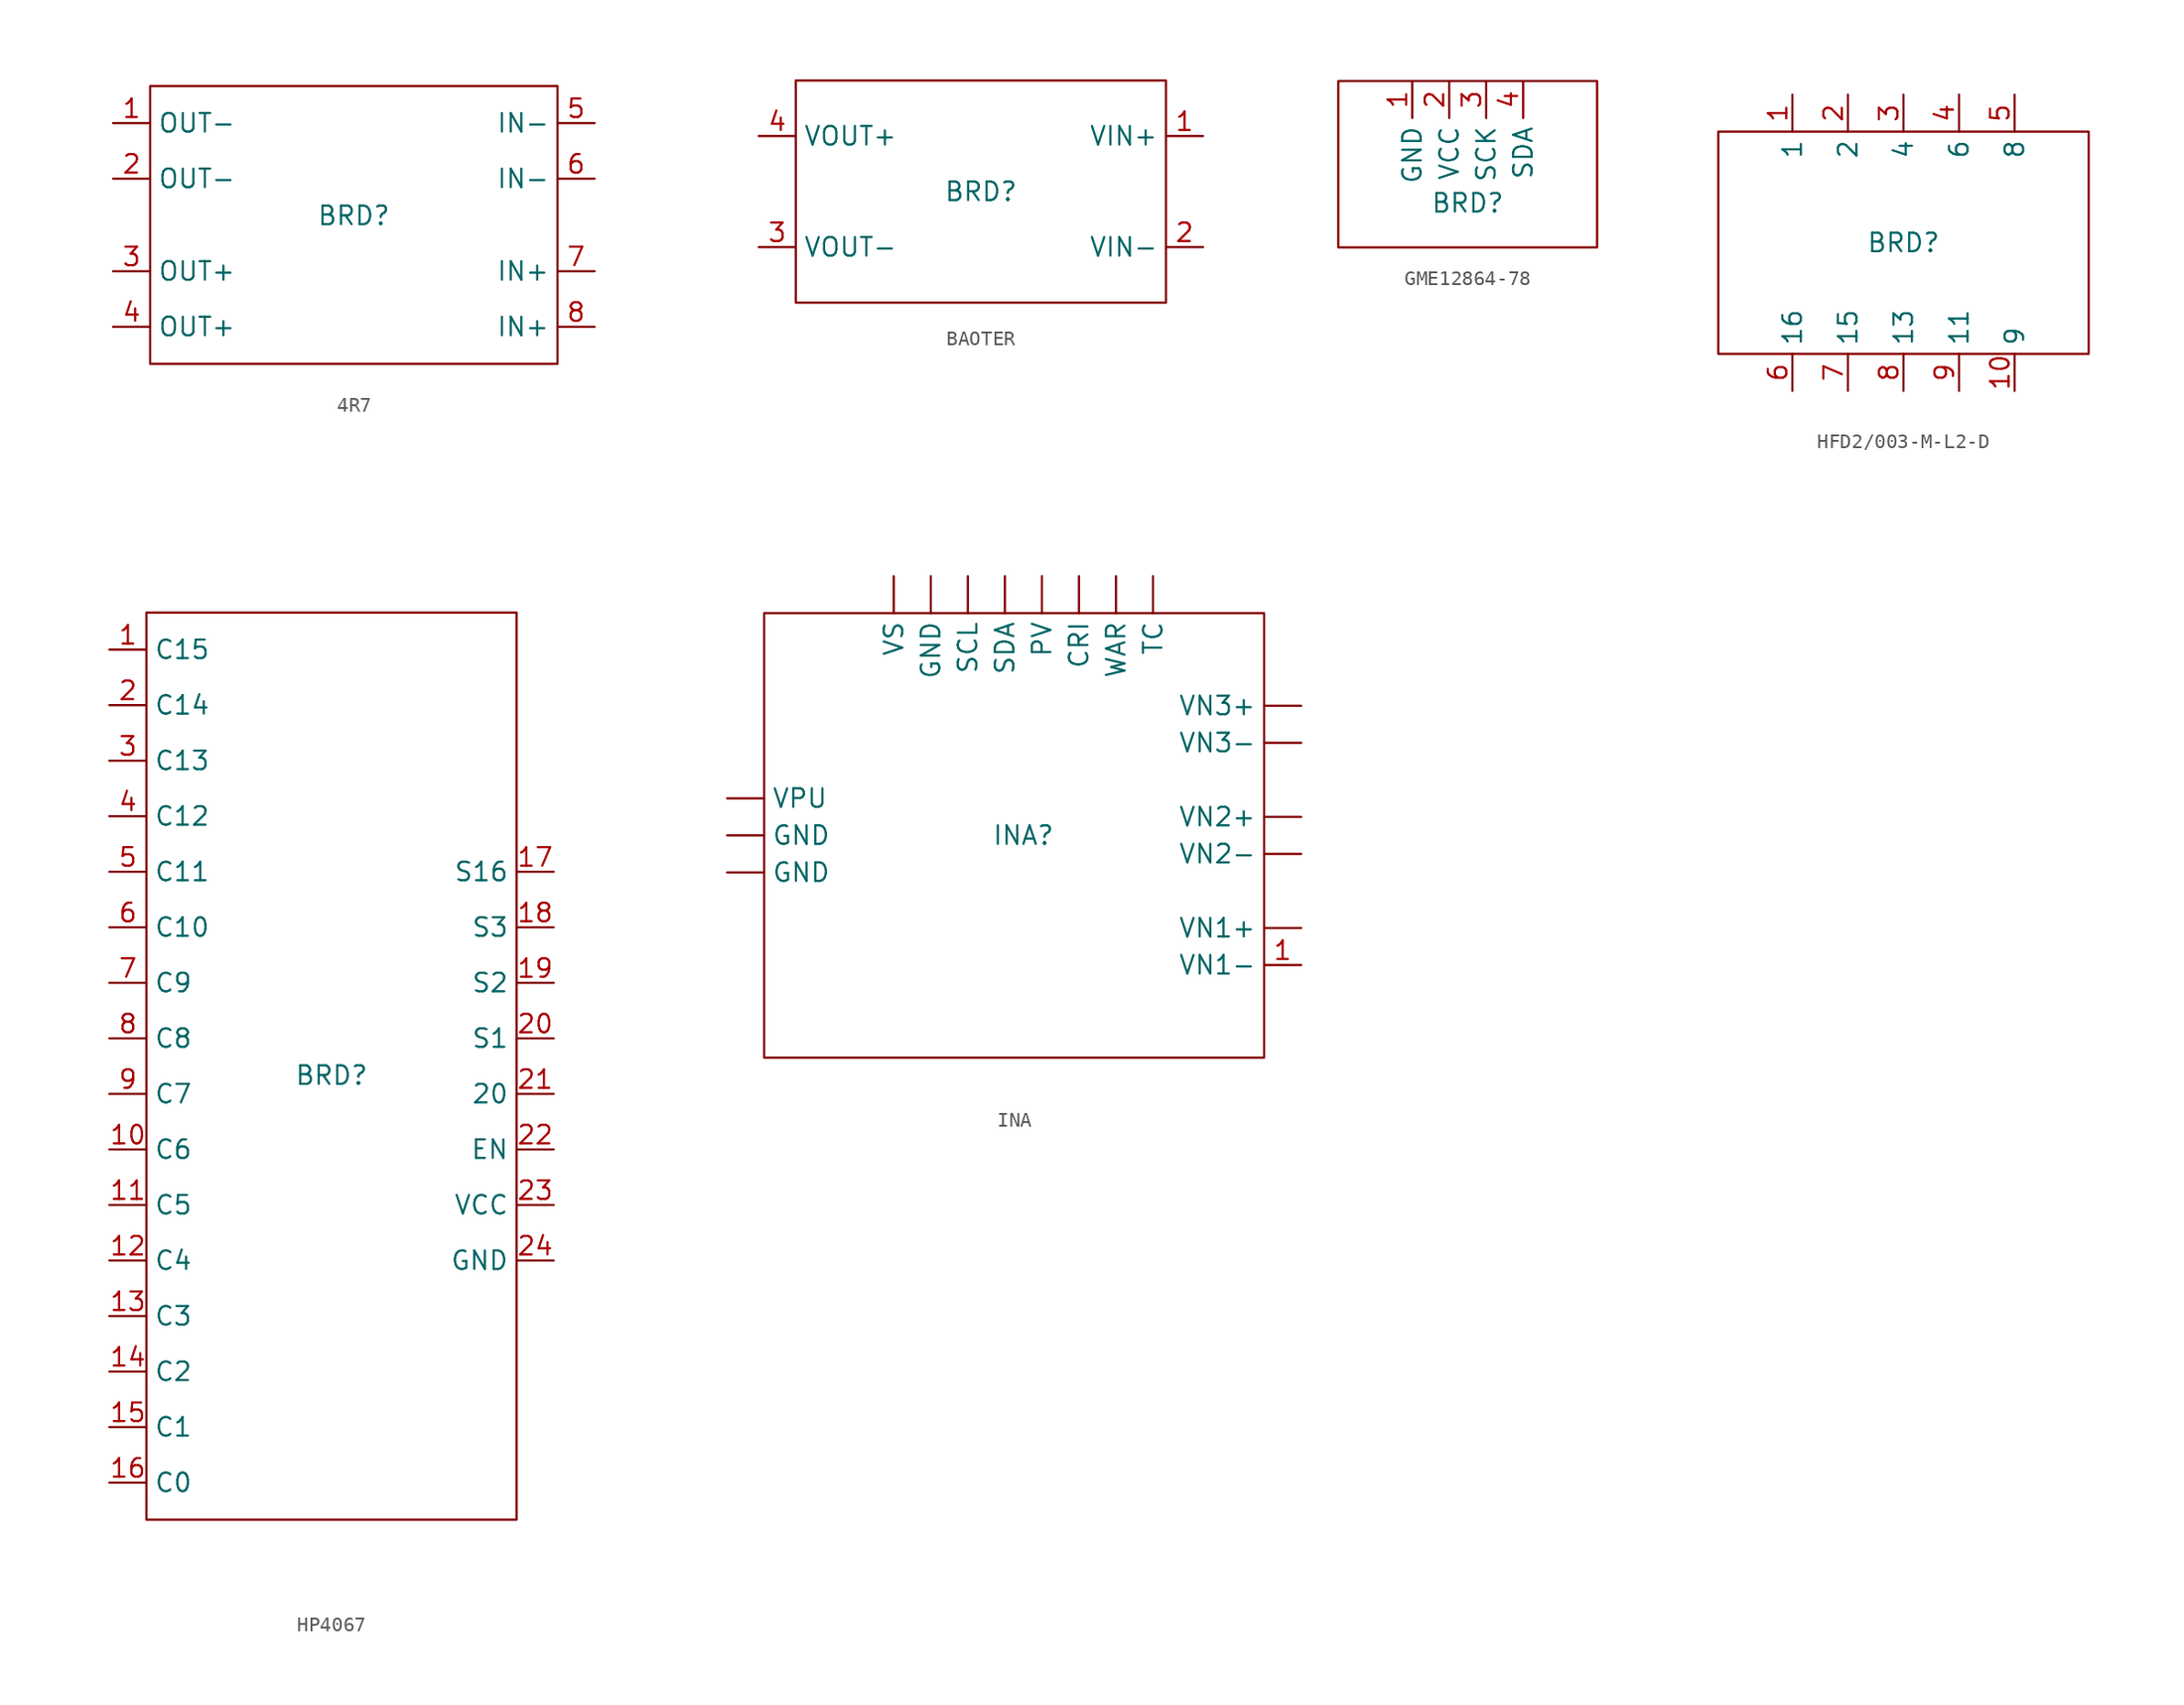
<source format=kicad_sym>
(kicad_symbol_lib
  (version 20241209)
  (generator "kicad_symbol_editor")
  (generator_version "9.0")
  (symbol "4R7"
    (property "Reference" "BRD"
      (at 0 0 0)
      (effects (font (size 1.27 1.27))))
    (property "Value" ""
      (at 0 0 0)
      (effects (font (size 1.27 1.27))))
    (symbol "4R7_0_1"
      (rectangle (start -13.97 8.89) (end 13.97 -10.16) (stroke (width 0) (type default)) (fill (type none))))
    (symbol "4R7_1_1"
      (pin output line (at -16.51 6.35 0) (length 2.54) (name "OUT-" (effects (font (size 1.27 1.27)))) (number "1" (effects (font (size 1.27 1.27)))))
      (pin output line (at -16.51 2.54 0) (length 2.54) (name "OUT-" (effects (font (size 1.27 1.27)))) (number "2" (effects (font (size 1.27 1.27)))))
      (pin output line (at -16.51 -3.81 0) (length 2.54) (name "OUT+" (effects (font (size 1.27 1.27)))) (number "3" (effects (font (size 1.27 1.27)))))
      (pin output line (at -16.51 -7.62 0) (length 2.54) (name "OUT+" (effects (font (size 1.27 1.27)))) (number "4" (effects (font (size 1.27 1.27)))))
      (pin output line (at 16.51 6.35 180) (length 2.54) (name "IN-" (effects (font (size 1.27 1.27)))) (number "5" (effects (font (size 1.27 1.27)))))
      (pin output line (at 16.51 2.54 180) (length 2.54) (name "IN-" (effects (font (size 1.27 1.27)))) (number "6" (effects (font (size 1.27 1.27)))))
      (pin output line (at 16.51 -3.81 180) (length 2.54) (name "IN+" (effects (font (size 1.27 1.27)))) (number "7" (effects (font (size 1.27 1.27)))))
      (pin output line (at 16.51 -7.62 180) (length 2.54) (name "IN+" (effects (font (size 1.27 1.27)))) (number "8" (effects (font (size 1.27 1.27)))))))
  (symbol "BAOTER"
    (property "Reference" "BRD"
      (at 0 0 0)
      (effects (font (size 1.27 1.27))))
    (property "Value" ""
      (at 0 0 0)
      (effects (font (size 1.27 1.27))))
    (symbol "BAOTER_0_1"
      (rectangle (start -12.7 7.62) (end 12.7 -7.62) (stroke (width 0) (type default)) (fill (type none))))
    (symbol "BAOTER_1_1"
      (pin output line (at -15.24 3.81 0) (length 2.54) (name "VOUT+" (effects (font (size 1.27 1.27)))) (number "4" (effects (font (size 1.27 1.27)))))
      (pin output line (at -15.24 -3.81 0) (length 2.54) (name "VOUT-" (effects (font (size 1.27 1.27)))) (number "3" (effects (font (size 1.27 1.27)))))
      (pin input line (at 15.24 3.81 180) (length 2.54) (name "VIN+" (effects (font (size 1.27 1.27)))) (number "1" (effects (font (size 1.27 1.27)))))
      (pin output line (at 15.24 -3.81 180) (length 2.54) (name "VIN-" (effects (font (size 1.27 1.27)))) (number "2" (effects (font (size 1.27 1.27)))))))
  (symbol "GME12864-78"
    (property "Reference" "BRD"
      (at 0 -2.032 0)
      (effects (font (size 1.27 1.27))))
    (property "Value" ""
      (at 0 0 0)
      (effects (font (size 1.27 1.27))))
    (symbol "GME12864-78_0_1"
      (rectangle (start -8.89 6.35) (end 8.89 -5.08) (stroke (width 0) (type default)) (fill (type none))))
    (symbol "GME12864-78_1_1"
      (pin power_in line (at -3.81 6.35 270) (length 2.54) (name "GND" (effects (font (size 1.27 1.27)))) (number "1" (effects (font (size 1.27 1.27)))))
      (pin power_in line (at -1.27 6.35 270) (length 2.54) (name "VCC" (effects (font (size 1.27 1.27)))) (number "2" (effects (font (size 1.27 1.27)))))
      (pin output line (at 1.27 6.35 270) (length 2.54) (name "SCK" (effects (font (size 1.27 1.27)))) (number "3" (effects (font (size 1.27 1.27)))))
      (pin output line (at 3.81 6.35 270) (length 2.54) (name "SDA" (effects (font (size 1.27 1.27)))) (number "4" (effects (font (size 1.27 1.27)))))))
  (symbol "HFD2/003-M-L2-D"
    (property "Reference" "BRD"
      (at 0 0 0)
      (effects (font (size 1.27 1.27))))
    (property "Value" ""
      (at 0 0 0)
      (effects (font (size 1.27 1.27))))
    (symbol "HFD2/003-M-L2-D_0_1"
      (rectangle (start -12.7 7.62) (end 12.7 -7.62) (stroke (width 0) (type default)) (fill (type none))))
    (symbol "HFD2/003-M-L2-D_1_1"
      (pin power_in line (at -7.62 10.16 270) (length 2.54) (name "1" (effects (font (size 1.27 1.27)))) (number "1" (effects (font (size 1.27 1.27)))))
      (pin power_in line (at -7.62 -10.16 90) (length 2.54) (name "16" (effects (font (size 1.27 1.27)))) (number "6" (effects (font (size 1.27 1.27)))))
      (pin power_in line (at -3.81 10.16 270) (length 2.54) (name "2" (effects (font (size 1.27 1.27)))) (number "2" (effects (font (size 1.27 1.27)))))
      (pin power_in line (at -3.81 -10.16 90) (length 2.54) (name "15" (effects (font (size 1.27 1.27)))) (number "7" (effects (font (size 1.27 1.27)))))
      (pin unspecified line (at 0 10.16 270) (length 2.54) (name "4" (effects (font (size 1.27 1.27)))) (number "3" (effects (font (size 1.27 1.27)))))
      (pin unspecified line (at 0 -10.16 90) (length 2.54) (name "13" (effects (font (size 1.27 1.27)))) (number "8" (effects (font (size 1.27 1.27)))))
      (pin unspecified line (at 3.81 10.16 270) (length 2.54) (name "6" (effects (font (size 1.27 1.27)))) (number "4" (effects (font (size 1.27 1.27)))))
      (pin unspecified line (at 3.81 -10.16 90) (length 2.54) (name "11" (effects (font (size 1.27 1.27)))) (number "9" (effects (font (size 1.27 1.27)))))
      (pin unspecified line (at 7.62 10.16 270) (length 2.54) (name "8" (effects (font (size 1.27 1.27)))) (number "5" (effects (font (size 1.27 1.27)))))
      (pin unspecified line (at 7.62 -10.16 90) (length 2.54) (name "9" (effects (font (size 1.27 1.27)))) (number "10" (effects (font (size 1.27 1.27)))))))
  (symbol "HP4067"
    (property "Reference" "BRD"
      (at 0 0 0)
      (effects (font (size 1.27 1.27))))
    (property "Value" ""
      (at 0 0 0)
      (effects (font (size 1.27 1.27))))
    (symbol "HP4067_0_1"
      (rectangle (start -12.7 31.75) (end 12.7 -30.48) (stroke (width 0) (type default)) (fill (type none))))
    (symbol "HP4067_1_1"
      (pin output line (at -15.24 29.21 0) (length 2.54) (name "C15" (effects (font (size 1.27 1.27)))) (number "1" (effects (font (size 1.27 1.27)))))
      (pin output line (at -15.24 25.4 0) (length 2.54) (name "C14" (effects (font (size 1.27 1.27)))) (number "2" (effects (font (size 1.27 1.27)))))
      (pin output line (at -15.24 21.59 0) (length 2.54) (name "C13" (effects (font (size 1.27 1.27)))) (number "3" (effects (font (size 1.27 1.27)))))
      (pin output line (at -15.24 17.78 0) (length 2.54) (name "C12" (effects (font (size 1.27 1.27)))) (number "4" (effects (font (size 1.27 1.27)))))
      (pin output line (at -15.24 13.97 0) (length 2.54) (name "C11" (effects (font (size 1.27 1.27)))) (number "5" (effects (font (size 1.27 1.27)))))
      (pin output line (at -15.24 10.16 0) (length 2.54) (name "C10" (effects (font (size 1.27 1.27)))) (number "6" (effects (font (size 1.27 1.27)))))
      (pin output line (at -15.24 6.35 0) (length 2.54) (name "C9" (effects (font (size 1.27 1.27)))) (number "7" (effects (font (size 1.27 1.27)))))
      (pin output line (at -15.24 2.54 0) (length 2.54) (name "C8" (effects (font (size 1.27 1.27)))) (number "8" (effects (font (size 1.27 1.27)))))
      (pin output line (at -15.24 -1.27 0) (length 2.54) (name "C7" (effects (font (size 1.27 1.27)))) (number "9" (effects (font (size 1.27 1.27)))))
      (pin output line (at -15.24 -5.08 0) (length 2.54) (name "C6" (effects (font (size 1.27 1.27)))) (number "10" (effects (font (size 1.27 1.27)))))
      (pin output line (at -15.24 -8.89 0) (length 2.54) (name "C5" (effects (font (size 1.27 1.27)))) (number "11" (effects (font (size 1.27 1.27)))))
      (pin output line (at -15.24 -12.7 0) (length 2.54) (name "C4" (effects (font (size 1.27 1.27)))) (number "12" (effects (font (size 1.27 1.27)))))
      (pin output line (at -15.24 -16.51 0) (length 2.54) (name "C3" (effects (font (size 1.27 1.27)))) (number "13" (effects (font (size 1.27 1.27)))))
      (pin output line (at -15.24 -20.32 0) (length 2.54) (name "C2" (effects (font (size 1.27 1.27)))) (number "14" (effects (font (size 1.27 1.27)))))
      (pin output line (at -15.24 -24.13 0) (length 2.54) (name "C1" (effects (font (size 1.27 1.27)))) (number "15" (effects (font (size 1.27 1.27)))))
      (pin output line (at -15.24 -27.94 0) (length 2.54) (name "C0" (effects (font (size 1.27 1.27)))) (number "16" (effects (font (size 1.27 1.27)))))
      (pin output line (at 15.24 13.97 180) (length 2.54) (name "S16" (effects (font (size 1.27 1.27)))) (number "17" (effects (font (size 1.27 1.27)))))
      (pin output line (at 15.24 10.16 180) (length 2.54) (name "S3" (effects (font (size 1.27 1.27)))) (number "18" (effects (font (size 1.27 1.27)))))
      (pin output line (at 15.24 6.35 180) (length 2.54) (name "S2" (effects (font (size 1.27 1.27)))) (number "19" (effects (font (size 1.27 1.27)))))
      (pin output line (at 15.24 2.54 180) (length 2.54) (name "S1" (effects (font (size 1.27 1.27)))) (number "20" (effects (font (size 1.27 1.27)))))
      (pin output line (at 15.24 -1.27 180) (length 2.54) (name "20" (effects (font (size 1.27 1.27)))) (number "21" (effects (font (size 1.27 1.27)))))
      (pin output line (at 15.24 -5.08 180) (length 2.54) (name "EN" (effects (font (size 1.27 1.27)))) (number "22" (effects (font (size 1.27 1.27)))))
      (pin output line (at 15.24 -8.89 180) (length 2.54) (name "VCC" (effects (font (size 1.27 1.27)))) (number "23" (effects (font (size 1.27 1.27)))))
      (pin output line (at 15.24 -12.7 180) (length 2.54) (name "GND" (effects (font (size 1.27 1.27)))) (number "24" (effects (font (size 1.27 1.27)))))))
  (symbol "INA"
    (property "Reference" "INA"
      (at 0 0 0)
      (effects (font (size 1.27 1.27))))
    (property "Value" ""
      (at 0 0 0)
      (effects (font (size 1.27 1.27))))
    (symbol "INA_1_1"
      (rectangle (start -17.78 15.24) (end 16.51 -15.24) (stroke (width 0) (type solid)) (fill (type none)))
      (pin output line (at -20.32 2.54 0) (length 2.54) (name "VPU" (effects (font (size 1.27 1.27)))) (number "" (effects (font (size 1.27 1.27)))))
      (pin output line (at -20.32 0 0) (length 2.54) (name "GND" (effects (font (size 1.27 1.27)))) (number "" (effects (font (size 1.27 1.27)))))
      (pin output line (at -20.32 -2.54 0) (length 2.54) (name "GND" (effects (font (size 1.27 1.27)))) (number "" (effects (font (size 1.27 1.27)))))
      (pin output line (at -8.89 17.78 270) (length 2.54) (name "VS" (effects (font (size 1.27 1.27)))) (number "" (effects (font (size 1.27 1.27)))))
      (pin output line (at -6.35 17.78 270) (length 2.54) (name "GND" (effects (font (size 1.27 1.27)))) (number "" (effects (font (size 1.27 1.27)))))
      (pin output line (at -3.81 17.78 270) (length 2.54) (name "SCL" (effects (font (size 1.27 1.27)))) (number "" (effects (font (size 1.27 1.27)))))
      (pin output line (at -1.27 17.78 270) (length 2.54) (name "SDA" (effects (font (size 1.27 1.27)))) (number "" (effects (font (size 1.27 1.27)))))
      (pin output line (at 1.27 17.78 270) (length 2.54) (name "PV" (effects (font (size 1.27 1.27)))) (number "" (effects (font (size 1.27 1.27)))))
      (pin output line (at 3.81 17.78 270) (length 2.54) (name "CRI" (effects (font (size 1.27 1.27)))) (number "" (effects (font (size 1.27 1.27)))))
      (pin output line (at 6.35 17.78 270) (length 2.54) (name "WAR" (effects (font (size 1.27 1.27)))) (number "" (effects (font (size 1.27 1.27)))))
      (pin output line (at 8.89 17.78 270) (length 2.54) (name "TC" (effects (font (size 1.27 1.27)))) (number "" (effects (font (size 1.27 1.27)))))
      (pin output line (at 19.05 8.89 180) (length 2.54) (name "VN3+" (effects (font (size 1.27 1.27)))) (number "" (effects (font (size 1.27 1.27)))))
      (pin output line (at 19.05 6.35 180) (length 2.54) (name "VN3-" (effects (font (size 1.27 1.27)))) (number "" (effects (font (size 1.27 1.27)))))
      (pin output line (at 19.05 1.27 180) (length 2.54) (name "VN2+" (effects (font (size 1.27 1.27)))) (number "" (effects (font (size 1.27 1.27)))))
      (pin output line (at 19.05 -1.27 180) (length 2.54) (name "VN2-" (effects (font (size 1.27 1.27)))) (number "" (effects (font (size 1.27 1.27)))))
      (pin output line (at 19.05 -6.35 180) (length 2.54) (name "VN1+" (effects (font (size 1.27 1.27)))) (number "" (effects (font (size 1.27 1.27)))))
      (pin output line (at 19.05 -8.89 180) (length 2.54) (name "VN1-" (effects (font (size 1.27 1.27)))) (number "1" (effects (font (size 1.27 1.27))))))))
</source>
